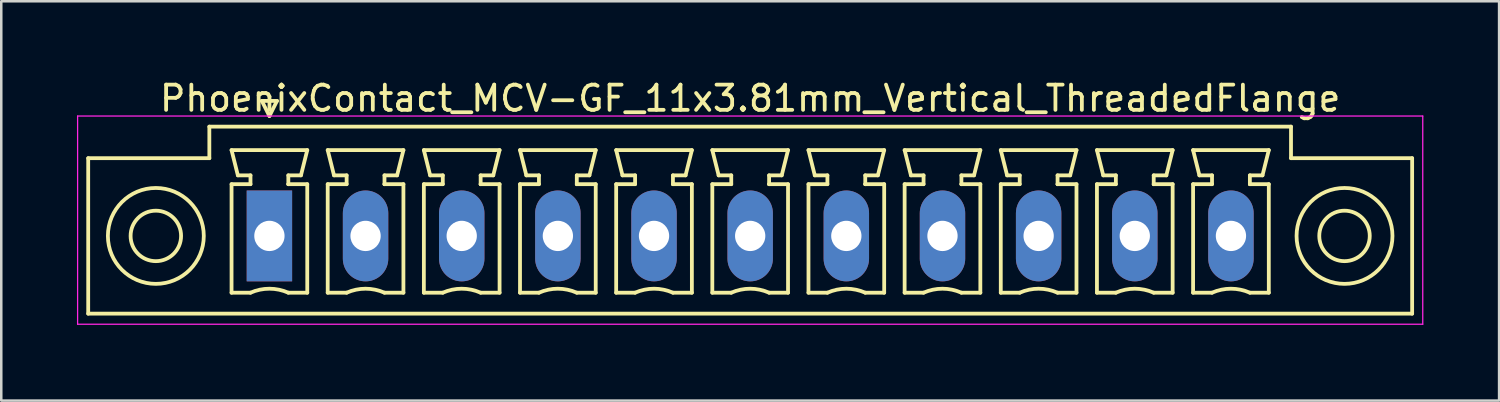
<source format=kicad_pcb>
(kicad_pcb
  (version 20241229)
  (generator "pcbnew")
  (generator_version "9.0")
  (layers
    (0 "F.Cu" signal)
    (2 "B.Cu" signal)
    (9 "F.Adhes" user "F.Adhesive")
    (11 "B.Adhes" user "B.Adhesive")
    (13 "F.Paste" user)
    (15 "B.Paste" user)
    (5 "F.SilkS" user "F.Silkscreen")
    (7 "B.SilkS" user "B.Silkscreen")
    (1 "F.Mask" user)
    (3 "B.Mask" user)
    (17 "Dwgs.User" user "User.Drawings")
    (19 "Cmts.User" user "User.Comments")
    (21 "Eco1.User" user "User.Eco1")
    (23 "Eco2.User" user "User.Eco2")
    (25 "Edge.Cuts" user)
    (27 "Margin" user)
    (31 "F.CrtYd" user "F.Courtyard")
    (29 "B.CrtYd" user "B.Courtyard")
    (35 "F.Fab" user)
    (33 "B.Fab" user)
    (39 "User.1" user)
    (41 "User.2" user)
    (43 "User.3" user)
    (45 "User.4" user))
  (footprint "PhoenixContact_MCV-GF_11x3.81mm_Vertical_ThreadedFlange"
    (layer "F.Cu")
    (at 7.625 6.298)
    (property "Reference" "PhoenixContact_MCV-GF_11x3.81mm_Vertical_ThreadedFlange" (at 19.05 -5.45 0) (layer "F.SilkS") (effects (font (size 1 1) (thickness 0.15))))
    (attr through_hole)
    (fp_line (start -7.18 -3.08) (end -7.18 3.08) (stroke (width 0.15) (type solid)) (layer "F.SilkS"))
    (fp_line (start -7.18 3.08) (end 45.28 3.08) (stroke (width 0.15) (type solid)) (layer "F.SilkS"))
    (fp_line (start -2.38 -4.33) (end -2.38 -3.08) (stroke (width 0.15) (type solid)) (layer "F.SilkS"))
    (fp_line (start -2.38 -3.08) (end -7.18 -3.08) (stroke (width 0.15) (type solid)) (layer "F.SilkS"))
    (fp_line (start -1.5 -3.4) (end 1.5 -3.4) (stroke (width 0.15) (type solid)) (layer "F.SilkS"))
    (fp_line (start -1.5 -2.05) (end -0.75 -2.05) (stroke (width 0.15) (type solid)) (layer "F.SilkS"))
    (fp_line (start -1.5 2.25) (end -1.5 -2.05) (stroke (width 0.15) (type solid)) (layer "F.SilkS"))
    (fp_line (start -1.25 -2.4) (end -1.5 -3.4) (stroke (width 0.15) (type solid)) (layer "F.SilkS"))
    (fp_line (start -0.75 -2.4) (end -1.25 -2.4) (stroke (width 0.15) (type solid)) (layer "F.SilkS"))
    (fp_line (start -0.75 -2.05) (end -0.75 -2.4) (stroke (width 0.15) (type solid)) (layer "F.SilkS"))
    (fp_line (start -0.75 2.25) (end -1.5 2.25) (stroke (width 0.15) (type solid)) (layer "F.SilkS"))
    (fp_line (start -0.3 -5.35) (end 0 -4.75) (stroke (width 0.15) (type solid)) (layer "F.SilkS"))
    (fp_line (start 0 -4.75) (end 0.3 -5.35) (stroke (width 0.15) (type solid)) (layer "F.SilkS"))
    (fp_line (start 0.3 -5.35) (end -0.3 -5.35) (stroke (width 0.15) (type solid)) (layer "F.SilkS"))
    (fp_line (start 0.75 -2.4) (end 0.75 -2.05) (stroke (width 0.15) (type solid)) (layer "F.SilkS"))
    (fp_line (start 0.75 -2.05) (end 0.75 -2.05) (stroke (width 0.15) (type solid)) (layer "F.SilkS"))
    (fp_line (start 0.75 -2.05) (end 1.5 -2.05) (stroke (width 0.15) (type solid)) (layer "F.SilkS"))
    (fp_line (start 1.25 -2.4) (end 0.75 -2.4) (stroke (width 0.15) (type solid)) (layer "F.SilkS"))
    (fp_line (start 1.5 -3.4) (end 1.25 -2.4) (stroke (width 0.15) (type solid)) (layer "F.SilkS"))
    (fp_line (start 1.5 -2.05) (end 1.5 2.25) (stroke (width 0.15) (type solid)) (layer "F.SilkS"))
    (fp_line (start 1.5 2.25) (end 0.75 2.25) (stroke (width 0.15) (type solid)) (layer "F.SilkS"))
    (fp_line (start 2.31 -3.4) (end 5.31 -3.4) (stroke (width 0.15) (type solid)) (layer "F.SilkS"))
    (fp_line (start 2.31 -2.05) (end 3.06 -2.05) (stroke (width 0.15) (type solid)) (layer "F.SilkS"))
    (fp_line (start 2.31 2.25) (end 2.31 -2.05) (stroke (width 0.15) (type solid)) (layer "F.SilkS"))
    (fp_line (start 2.56 -2.4) (end 2.31 -3.4) (stroke (width 0.15) (type solid)) (layer "F.SilkS"))
    (fp_line (start 3.06 -2.4) (end 2.56 -2.4) (stroke (width 0.15) (type solid)) (layer "F.SilkS"))
    (fp_line (start 3.06 -2.05) (end 3.06 -2.4) (stroke (width 0.15) (type solid)) (layer "F.SilkS"))
    (fp_line (start 3.06 2.25) (end 2.31 2.25) (stroke (width 0.15) (type solid)) (layer "F.SilkS"))
    (fp_line (start 4.56 -2.4) (end 4.56 -2.05) (stroke (width 0.15) (type solid)) (layer "F.SilkS"))
    (fp_line (start 4.56 -2.05) (end 4.56 -2.05) (stroke (width 0.15) (type solid)) (layer "F.SilkS"))
    (fp_line (start 4.56 -2.05) (end 5.31 -2.05) (stroke (width 0.15) (type solid)) (layer "F.SilkS"))
    (fp_line (start 5.06 -2.4) (end 4.56 -2.4) (stroke (width 0.15) (type solid)) (layer "F.SilkS"))
    (fp_line (start 5.31 -3.4) (end 5.06 -2.4) (stroke (width 0.15) (type solid)) (layer "F.SilkS"))
    (fp_line (start 5.31 -2.05) (end 5.31 2.25) (stroke (width 0.15) (type solid)) (layer "F.SilkS"))
    (fp_line (start 5.31 2.25) (end 4.56 2.25) (stroke (width 0.15) (type solid)) (layer "F.SilkS"))
    (fp_line (start 6.12 -3.4) (end 9.12 -3.4) (stroke (width 0.15) (type solid)) (layer "F.SilkS"))
    (fp_line (start 6.12 -2.05) (end 6.87 -2.05) (stroke (width 0.15) (type solid)) (layer "F.SilkS"))
    (fp_line (start 6.12 2.25) (end 6.12 -2.05) (stroke (width 0.15) (type solid)) (layer "F.SilkS"))
    (fp_line (start 6.37 -2.4) (end 6.12 -3.4) (stroke (width 0.15) (type solid)) (layer "F.SilkS"))
    (fp_line (start 6.87 -2.4) (end 6.37 -2.4) (stroke (width 0.15) (type solid)) (layer "F.SilkS"))
    (fp_line (start 6.87 -2.05) (end 6.87 -2.4) (stroke (width 0.15) (type solid)) (layer "F.SilkS"))
    (fp_line (start 6.87 2.25) (end 6.12 2.25) (stroke (width 0.15) (type solid)) (layer "F.SilkS"))
    (fp_line (start 8.37 -2.4) (end 8.37 -2.05) (stroke (width 0.15) (type solid)) (layer "F.SilkS"))
    (fp_line (start 8.37 -2.05) (end 8.37 -2.05) (stroke (width 0.15) (type solid)) (layer "F.SilkS"))
    (fp_line (start 8.37 -2.05) (end 9.12 -2.05) (stroke (width 0.15) (type solid)) (layer "F.SilkS"))
    (fp_line (start 8.87 -2.4) (end 8.37 -2.4) (stroke (width 0.15) (type solid)) (layer "F.SilkS"))
    (fp_line (start 9.12 -3.4) (end 8.87 -2.4) (stroke (width 0.15) (type solid)) (layer "F.SilkS"))
    (fp_line (start 9.12 -2.05) (end 9.12 2.25) (stroke (width 0.15) (type solid)) (layer "F.SilkS"))
    (fp_line (start 9.12 2.25) (end 8.37 2.25) (stroke (width 0.15) (type solid)) (layer "F.SilkS"))
    (fp_line (start 9.93 -3.4) (end 12.93 -3.4) (stroke (width 0.15) (type solid)) (layer "F.SilkS"))
    (fp_line (start 9.93 -2.05) (end 10.68 -2.05) (stroke (width 0.15) (type solid)) (layer "F.SilkS"))
    (fp_line (start 9.93 2.25) (end 9.93 -2.05) (stroke (width 0.15) (type solid)) (layer "F.SilkS"))
    (fp_line (start 10.18 -2.4) (end 9.93 -3.4) (stroke (width 0.15) (type solid)) (layer "F.SilkS"))
    (fp_line (start 10.68 -2.4) (end 10.18 -2.4) (stroke (width 0.15) (type solid)) (layer "F.SilkS"))
    (fp_line (start 10.68 -2.05) (end 10.68 -2.4) (stroke (width 0.15) (type solid)) (layer "F.SilkS"))
    (fp_line (start 10.68 2.25) (end 9.93 2.25) (stroke (width 0.15) (type solid)) (layer "F.SilkS"))
    (fp_line (start 12.18 -2.4) (end 12.18 -2.05) (stroke (width 0.15) (type solid)) (layer "F.SilkS"))
    (fp_line (start 12.18 -2.05) (end 12.18 -2.05) (stroke (width 0.15) (type solid)) (layer "F.SilkS"))
    (fp_line (start 12.18 -2.05) (end 12.93 -2.05) (stroke (width 0.15) (type solid)) (layer "F.SilkS"))
    (fp_line (start 12.68 -2.4) (end 12.18 -2.4) (stroke (width 0.15) (type solid)) (layer "F.SilkS"))
    (fp_line (start 12.93 -3.4) (end 12.68 -2.4) (stroke (width 0.15) (type solid)) (layer "F.SilkS"))
    (fp_line (start 12.93 -2.05) (end 12.93 2.25) (stroke (width 0.15) (type solid)) (layer "F.SilkS"))
    (fp_line (start 12.93 2.25) (end 12.18 2.25) (stroke (width 0.15) (type solid)) (layer "F.SilkS"))
    (fp_line (start 13.74 -3.4) (end 16.74 -3.4) (stroke (width 0.15) (type solid)) (layer "F.SilkS"))
    (fp_line (start 13.74 -2.05) (end 14.49 -2.05) (stroke (width 0.15) (type solid)) (layer "F.SilkS"))
    (fp_line (start 13.74 2.25) (end 13.74 -2.05) (stroke (width 0.15) (type solid)) (layer "F.SilkS"))
    (fp_line (start 13.99 -2.4) (end 13.74 -3.4) (stroke (width 0.15) (type solid)) (layer "F.SilkS"))
    (fp_line (start 14.49 -2.4) (end 13.99 -2.4) (stroke (width 0.15) (type solid)) (layer "F.SilkS"))
    (fp_line (start 14.49 -2.05) (end 14.49 -2.4) (stroke (width 0.15) (type solid)) (layer "F.SilkS"))
    (fp_line (start 14.49 2.25) (end 13.74 2.25) (stroke (width 0.15) (type solid)) (layer "F.SilkS"))
    (fp_line (start 15.99 -2.4) (end 15.99 -2.05) (stroke (width 0.15) (type solid)) (layer "F.SilkS"))
    (fp_line (start 15.99 -2.05) (end 15.99 -2.05) (stroke (width 0.15) (type solid)) (layer "F.SilkS"))
    (fp_line (start 15.99 -2.05) (end 16.74 -2.05) (stroke (width 0.15) (type solid)) (layer "F.SilkS"))
    (fp_line (start 16.49 -2.4) (end 15.99 -2.4) (stroke (width 0.15) (type solid)) (layer "F.SilkS"))
    (fp_line (start 16.74 -3.4) (end 16.49 -2.4) (stroke (width 0.15) (type solid)) (layer "F.SilkS"))
    (fp_line (start 16.74 -2.05) (end 16.74 2.25) (stroke (width 0.15) (type solid)) (layer "F.SilkS"))
    (fp_line (start 16.74 2.25) (end 15.99 2.25) (stroke (width 0.15) (type solid)) (layer "F.SilkS"))
    (fp_line (start 17.55 -3.4) (end 20.55 -3.4) (stroke (width 0.15) (type solid)) (layer "F.SilkS"))
    (fp_line (start 17.55 -2.05) (end 18.3 -2.05) (stroke (width 0.15) (type solid)) (layer "F.SilkS"))
    (fp_line (start 17.55 2.25) (end 17.55 -2.05) (stroke (width 0.15) (type solid)) (layer "F.SilkS"))
    (fp_line (start 17.8 -2.4) (end 17.55 -3.4) (stroke (width 0.15) (type solid)) (layer "F.SilkS"))
    (fp_line (start 18.3 -2.4) (end 17.8 -2.4) (stroke (width 0.15) (type solid)) (layer "F.SilkS"))
    (fp_line (start 18.3 -2.05) (end 18.3 -2.4) (stroke (width 0.15) (type solid)) (layer "F.SilkS"))
    (fp_line (start 18.3 2.25) (end 17.55 2.25) (stroke (width 0.15) (type solid)) (layer "F.SilkS"))
    (fp_line (start 19.8 -2.4) (end 19.8 -2.05) (stroke (width 0.15) (type solid)) (layer "F.SilkS"))
    (fp_line (start 19.8 -2.05) (end 19.8 -2.05) (stroke (width 0.15) (type solid)) (layer "F.SilkS"))
    (fp_line (start 19.8 -2.05) (end 20.55 -2.05) (stroke (width 0.15) (type solid)) (layer "F.SilkS"))
    (fp_line (start 20.3 -2.4) (end 19.8 -2.4) (stroke (width 0.15) (type solid)) (layer "F.SilkS"))
    (fp_line (start 20.55 -3.4) (end 20.3 -2.4) (stroke (width 0.15) (type solid)) (layer "F.SilkS"))
    (fp_line (start 20.55 -2.05) (end 20.55 2.25) (stroke (width 0.15) (type solid)) (layer "F.SilkS"))
    (fp_line (start 20.55 2.25) (end 19.8 2.25) (stroke (width 0.15) (type solid)) (layer "F.SilkS"))
    (fp_line (start 21.36 -3.4) (end 24.36 -3.4) (stroke (width 0.15) (type solid)) (layer "F.SilkS"))
    (fp_line (start 21.36 -2.05) (end 22.11 -2.05) (stroke (width 0.15) (type solid)) (layer "F.SilkS"))
    (fp_line (start 21.36 2.25) (end 21.36 -2.05) (stroke (width 0.15) (type solid)) (layer "F.SilkS"))
    (fp_line (start 21.61 -2.4) (end 21.36 -3.4) (stroke (width 0.15) (type solid)) (layer "F.SilkS"))
    (fp_line (start 22.11 -2.4) (end 21.61 -2.4) (stroke (width 0.15) (type solid)) (layer "F.SilkS"))
    (fp_line (start 22.11 -2.05) (end 22.11 -2.4) (stroke (width 0.15) (type solid)) (layer "F.SilkS"))
    (fp_line (start 22.11 2.25) (end 21.36 2.25) (stroke (width 0.15) (type solid)) (layer "F.SilkS"))
    (fp_line (start 23.61 -2.4) (end 23.61 -2.05) (stroke (width 0.15) (type solid)) (layer "F.SilkS"))
    (fp_line (start 23.61 -2.05) (end 23.61 -2.05) (stroke (width 0.15) (type solid)) (layer "F.SilkS"))
    (fp_line (start 23.61 -2.05) (end 24.36 -2.05) (stroke (width 0.15) (type solid)) (layer "F.SilkS"))
    (fp_line (start 24.11 -2.4) (end 23.61 -2.4) (stroke (width 0.15) (type solid)) (layer "F.SilkS"))
    (fp_line (start 24.36 -3.4) (end 24.11 -2.4) (stroke (width 0.15) (type solid)) (layer "F.SilkS"))
    (fp_line (start 24.36 -2.05) (end 24.36 2.25) (stroke (width 0.15) (type solid)) (layer "F.SilkS"))
    (fp_line (start 24.36 2.25) (end 23.61 2.25) (stroke (width 0.15) (type solid)) (layer "F.SilkS"))
    (fp_line (start 25.17 -3.4) (end 28.17 -3.4) (stroke (width 0.15) (type solid)) (layer "F.SilkS"))
    (fp_line (start 25.17 -2.05) (end 25.92 -2.05) (stroke (width 0.15) (type solid)) (layer "F.SilkS"))
    (fp_line (start 25.17 2.25) (end 25.17 -2.05) (stroke (width 0.15) (type solid)) (layer "F.SilkS"))
    (fp_line (start 25.42 -2.4) (end 25.17 -3.4) (stroke (width 0.15) (type solid)) (layer "F.SilkS"))
    (fp_line (start 25.92 -2.4) (end 25.42 -2.4) (stroke (width 0.15) (type solid)) (layer "F.SilkS"))
    (fp_line (start 25.92 -2.05) (end 25.92 -2.4) (stroke (width 0.15) (type solid)) (layer "F.SilkS"))
    (fp_line (start 25.92 2.25) (end 25.17 2.25) (stroke (width 0.15) (type solid)) (layer "F.SilkS"))
    (fp_line (start 27.42 -2.4) (end 27.42 -2.05) (stroke (width 0.15) (type solid)) (layer "F.SilkS"))
    (fp_line (start 27.42 -2.05) (end 27.42 -2.05) (stroke (width 0.15) (type solid)) (layer "F.SilkS"))
    (fp_line (start 27.42 -2.05) (end 28.17 -2.05) (stroke (width 0.15) (type solid)) (layer "F.SilkS"))
    (fp_line (start 27.92 -2.4) (end 27.42 -2.4) (stroke (width 0.15) (type solid)) (layer "F.SilkS"))
    (fp_line (start 28.17 -3.4) (end 27.92 -2.4) (stroke (width 0.15) (type solid)) (layer "F.SilkS"))
    (fp_line (start 28.17 -2.05) (end 28.17 2.25) (stroke (width 0.15) (type solid)) (layer "F.SilkS"))
    (fp_line (start 28.17 2.25) (end 27.42 2.25) (stroke (width 0.15) (type solid)) (layer "F.SilkS"))
    (fp_line (start 28.98 -3.4) (end 31.98 -3.4) (stroke (width 0.15) (type solid)) (layer "F.SilkS"))
    (fp_line (start 28.98 -2.05) (end 29.73 -2.05) (stroke (width 0.15) (type solid)) (layer "F.SilkS"))
    (fp_line (start 28.98 2.25) (end 28.98 -2.05) (stroke (width 0.15) (type solid)) (layer "F.SilkS"))
    (fp_line (start 29.23 -2.4) (end 28.98 -3.4) (stroke (width 0.15) (type solid)) (layer "F.SilkS"))
    (fp_line (start 29.73 -2.4) (end 29.23 -2.4) (stroke (width 0.15) (type solid)) (layer "F.SilkS"))
    (fp_line (start 29.73 -2.05) (end 29.73 -2.4) (stroke (width 0.15) (type solid)) (layer "F.SilkS"))
    (fp_line (start 29.73 2.25) (end 28.98 2.25) (stroke (width 0.15) (type solid)) (layer "F.SilkS"))
    (fp_line (start 31.23 -2.4) (end 31.23 -2.05) (stroke (width 0.15) (type solid)) (layer "F.SilkS"))
    (fp_line (start 31.23 -2.05) (end 31.23 -2.05) (stroke (width 0.15) (type solid)) (layer "F.SilkS"))
    (fp_line (start 31.23 -2.05) (end 31.98 -2.05) (stroke (width 0.15) (type solid)) (layer "F.SilkS"))
    (fp_line (start 31.73 -2.4) (end 31.23 -2.4) (stroke (width 0.15) (type solid)) (layer "F.SilkS"))
    (fp_line (start 31.98 -3.4) (end 31.73 -2.4) (stroke (width 0.15) (type solid)) (layer "F.SilkS"))
    (fp_line (start 31.98 -2.05) (end 31.98 2.25) (stroke (width 0.15) (type solid)) (layer "F.SilkS"))
    (fp_line (start 31.98 2.25) (end 31.23 2.25) (stroke (width 0.15) (type solid)) (layer "F.SilkS"))
    (fp_line (start 32.79 -3.4) (end 35.79 -3.4) (stroke (width 0.15) (type solid)) (layer "F.SilkS"))
    (fp_line (start 32.79 -2.05) (end 33.54 -2.05) (stroke (width 0.15) (type solid)) (layer "F.SilkS"))
    (fp_line (start 32.79 2.25) (end 32.79 -2.05) (stroke (width 0.15) (type solid)) (layer "F.SilkS"))
    (fp_line (start 33.04 -2.4) (end 32.79 -3.4) (stroke (width 0.15) (type solid)) (layer "F.SilkS"))
    (fp_line (start 33.54 -2.4) (end 33.04 -2.4) (stroke (width 0.15) (type solid)) (layer "F.SilkS"))
    (fp_line (start 33.54 -2.05) (end 33.54 -2.4) (stroke (width 0.15) (type solid)) (layer "F.SilkS"))
    (fp_line (start 33.54 2.25) (end 32.79 2.25) (stroke (width 0.15) (type solid)) (layer "F.SilkS"))
    (fp_line (start 35.04 -2.4) (end 35.04 -2.05) (stroke (width 0.15) (type solid)) (layer "F.SilkS"))
    (fp_line (start 35.04 -2.05) (end 35.04 -2.05) (stroke (width 0.15) (type solid)) (layer "F.SilkS"))
    (fp_line (start 35.04 -2.05) (end 35.79 -2.05) (stroke (width 0.15) (type solid)) (layer "F.SilkS"))
    (fp_line (start 35.54 -2.4) (end 35.04 -2.4) (stroke (width 0.15) (type solid)) (layer "F.SilkS"))
    (fp_line (start 35.79 -3.4) (end 35.54 -2.4) (stroke (width 0.15) (type solid)) (layer "F.SilkS"))
    (fp_line (start 35.79 -2.05) (end 35.79 2.25) (stroke (width 0.15) (type solid)) (layer "F.SilkS"))
    (fp_line (start 35.79 2.25) (end 35.04 2.25) (stroke (width 0.15) (type solid)) (layer "F.SilkS"))
    (fp_line (start 36.6 -3.4) (end 39.6 -3.4) (stroke (width 0.15) (type solid)) (layer "F.SilkS"))
    (fp_line (start 36.6 -2.05) (end 37.35 -2.05) (stroke (width 0.15) (type solid)) (layer "F.SilkS"))
    (fp_line (start 36.6 2.25) (end 36.6 -2.05) (stroke (width 0.15) (type solid)) (layer "F.SilkS"))
    (fp_line (start 36.85 -2.4) (end 36.6 -3.4) (stroke (width 0.15) (type solid)) (layer "F.SilkS"))
    (fp_line (start 37.35 -2.4) (end 36.85 -2.4) (stroke (width 0.15) (type solid)) (layer "F.SilkS"))
    (fp_line (start 37.35 -2.05) (end 37.35 -2.4) (stroke (width 0.15) (type solid)) (layer "F.SilkS"))
    (fp_line (start 37.35 2.25) (end 36.6 2.25) (stroke (width 0.15) (type solid)) (layer "F.SilkS"))
    (fp_line (start 38.85 -2.4) (end 38.85 -2.05) (stroke (width 0.15) (type solid)) (layer "F.SilkS"))
    (fp_line (start 38.85 -2.05) (end 38.85 -2.05) (stroke (width 0.15) (type solid)) (layer "F.SilkS"))
    (fp_line (start 38.85 -2.05) (end 39.6 -2.05) (stroke (width 0.15) (type solid)) (layer "F.SilkS"))
    (fp_line (start 39.35 -2.4) (end 38.85 -2.4) (stroke (width 0.15) (type solid)) (layer "F.SilkS"))
    (fp_line (start 39.6 -3.4) (end 39.35 -2.4) (stroke (width 0.15) (type solid)) (layer "F.SilkS"))
    (fp_line (start 39.6 -2.05) (end 39.6 2.25) (stroke (width 0.15) (type solid)) (layer "F.SilkS"))
    (fp_line (start 39.6 2.25) (end 38.85 2.25) (stroke (width 0.15) (type solid)) (layer "F.SilkS"))
    (fp_line (start 40.48 -4.33) (end -2.38 -4.33) (stroke (width 0.15) (type solid)) (layer "F.SilkS"))
    (fp_line (start 40.48 -3.08) (end 40.48 -4.33) (stroke (width 0.15) (type solid)) (layer "F.SilkS"))
    (fp_line (start 45.28 -3.08) (end 40.48 -3.08) (stroke (width 0.15) (type solid)) (layer "F.SilkS"))
    (fp_line (start 45.28 3.08) (end 45.28 -3.08) (stroke (width 0.15) (type solid)) (layer "F.SilkS"))
    (fp_arc (start -0.75 2.25) (mid -0.000193 2.09191) (end 0.749647 2.249844) (stroke (width 0.15) (type solid)) (layer "F.SilkS"))
    (fp_arc (start 3.06 2.25) (mid 3.809807 2.09191) (end 4.559647 2.249844) (stroke (width 0.15) (type solid)) (layer "F.SilkS"))
    (fp_arc (start 6.87 2.25) (mid 7.619807 2.09191) (end 8.369647 2.249844) (stroke (width 0.15) (type solid)) (layer "F.SilkS"))
    (fp_arc (start 10.68 2.25) (mid 11.429807 2.09191) (end 12.179647 2.249844) (stroke (width 0.15) (type solid)) (layer "F.SilkS"))
    (fp_arc (start 14.49 2.25) (mid 15.239807 2.09191) (end 15.989647 2.249844) (stroke (width 0.15) (type solid)) (layer "F.SilkS"))
    (fp_arc (start 18.3 2.25) (mid 19.049807 2.09191) (end 19.799647 2.249844) (stroke (width 0.15) (type solid)) (layer "F.SilkS"))
    (fp_arc (start 22.11 2.25) (mid 22.859807 2.09191) (end 23.609647 2.249844) (stroke (width 0.15) (type solid)) (layer "F.SilkS"))
    (fp_arc (start 25.92 2.25) (mid 26.669807 2.09191) (end 27.419647 2.249844) (stroke (width 0.15) (type solid)) (layer "F.SilkS"))
    (fp_arc (start 29.73 2.25) (mid 30.479807 2.09191) (end 31.229647 2.249844) (stroke (width 0.15) (type solid)) (layer "F.SilkS"))
    (fp_arc (start 33.54 2.25) (mid 34.289807 2.09191) (end 35.039647 2.249844) (stroke (width 0.15) (type solid)) (layer "F.SilkS"))
    (fp_arc (start 37.35 2.25) (mid 38.099807 2.09191) (end 38.849647 2.249844) (stroke (width 0.15) (type solid)) (layer "F.SilkS"))
    (fp_circle (center -4.5 0) (end -3.5 0) (stroke (width 0.15) (type solid)) (fill no) (layer "F.SilkS"))
    (fp_circle (center -4.5 0) (end -2.6 0) (stroke (width 0.15) (type solid)) (fill no) (layer "F.SilkS"))
    (fp_circle (center 42.6 0) (end 43.6 0) (stroke (width 0.15) (type solid)) (fill no) (layer "F.SilkS"))
    (fp_circle (center 42.6 0) (end 44.5 0) (stroke (width 0.15) (type solid)) (fill no) (layer "F.SilkS"))
    (fp_line (start -7.6 -4.75) (end -7.6 3.5) (stroke (width 0.05) (type solid)) (layer "F.CrtYd"))
    (fp_line (start -7.6 3.5) (end 45.7 3.5) (stroke (width 0.05) (type solid)) (layer "F.CrtYd"))
    (fp_line (start 45.7 -4.75) (end -7.6 -4.75) (stroke (width 0.05) (type solid)) (layer "F.CrtYd"))
    (fp_line (start 45.7 3.5) (end 45.7 -4.75) (stroke (width 0.05) (type solid)) (layer "F.CrtYd"))
    (pad "1" thru_hole rect (at 0 0) (size 1.8 3.6) (drill 1.2) (layers "*.Cu" "*.Mask"))
    (pad "2" thru_hole oval (at 3.81 0) (size 1.8 3.6) (drill 1.2) (layers "*.Cu" "*.Mask"))
    (pad "3" thru_hole oval (at 7.62 0) (size 1.8 3.6) (drill 1.2) (layers "*.Cu" "*.Mask"))
    (pad "4" thru_hole oval (at 11.43 0) (size 1.8 3.6) (drill 1.2) (layers "*.Cu" "*.Mask"))
    (pad "5" thru_hole oval (at 15.24 0) (size 1.8 3.6) (drill 1.2) (layers "*.Cu" "*.Mask"))
    (pad "6" thru_hole oval (at 19.05 0) (size 1.8 3.6) (drill 1.2) (layers "*.Cu" "*.Mask"))
    (pad "7" thru_hole oval (at 22.86 0) (size 1.8 3.6) (drill 1.2) (layers "*.Cu" "*.Mask"))
    (pad "8" thru_hole oval (at 26.67 0) (size 1.8 3.6) (drill 1.2) (layers "*.Cu" "*.Mask"))
    (pad "9" thru_hole oval (at 30.48 0) (size 1.8 3.6) (drill 1.2) (layers "*.Cu" "*.Mask"))
    (pad "10" thru_hole oval (at 34.29 0) (size 1.8 3.6) (drill 1.2) (layers "*.Cu" "*.Mask"))
    (pad "11" thru_hole oval (at 38.1 0) (size 1.8 3.6) (drill 1.2) (layers "*.Cu" "*.Mask")))
  (gr_rect
    (start -3 -3)
    (end 56.35 12.823)
    (stroke (width 0.1) (type default))
    (fill no)
    (layer "Edge.Cuts")))
</source>
